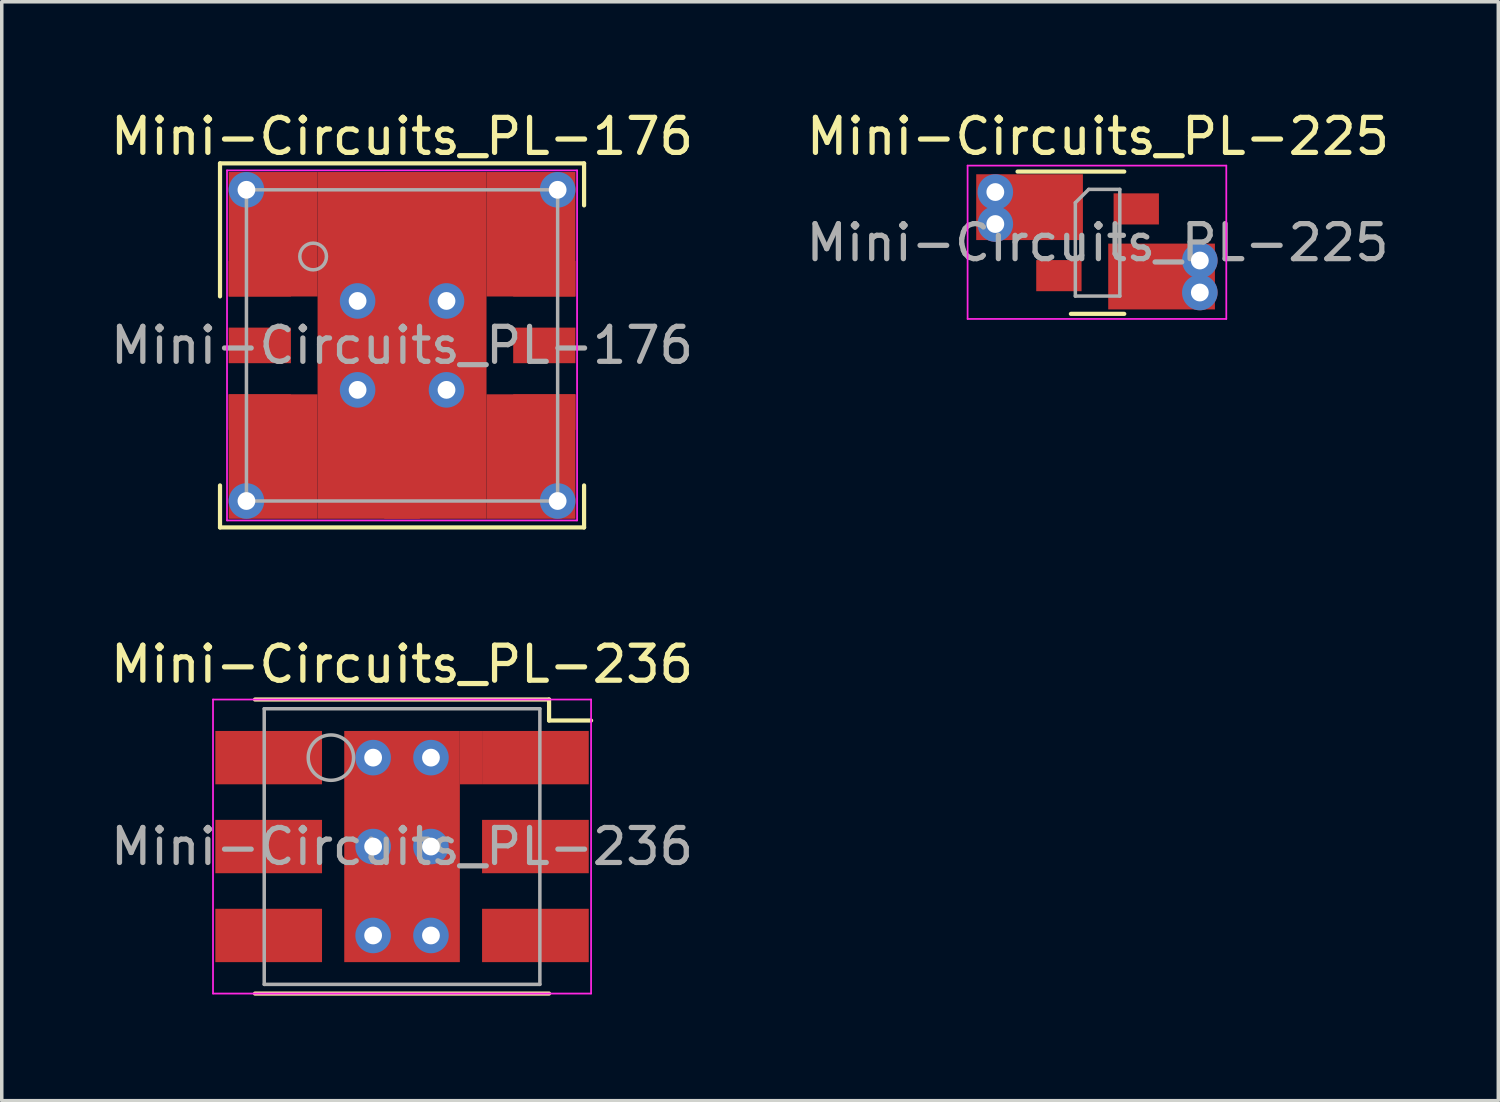
<source format=kicad_pcb>
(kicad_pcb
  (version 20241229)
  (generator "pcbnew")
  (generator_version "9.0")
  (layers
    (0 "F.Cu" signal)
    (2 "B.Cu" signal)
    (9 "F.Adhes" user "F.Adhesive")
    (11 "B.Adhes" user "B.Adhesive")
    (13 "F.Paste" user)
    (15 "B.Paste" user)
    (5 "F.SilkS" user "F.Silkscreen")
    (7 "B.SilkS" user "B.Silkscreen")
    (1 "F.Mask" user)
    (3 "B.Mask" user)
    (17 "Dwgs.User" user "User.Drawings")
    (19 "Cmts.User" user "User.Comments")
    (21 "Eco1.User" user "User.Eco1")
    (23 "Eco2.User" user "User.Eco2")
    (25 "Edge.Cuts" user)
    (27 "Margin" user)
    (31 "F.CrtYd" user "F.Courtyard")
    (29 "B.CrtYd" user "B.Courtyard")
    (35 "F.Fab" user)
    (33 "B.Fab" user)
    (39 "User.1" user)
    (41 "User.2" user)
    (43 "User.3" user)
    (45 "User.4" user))
  (footprint "Mini-Circuits_PL-176"
    (layer "F.Cu")
    (at 8.435 6.817)
    (property "Reference" "Mini-Circuits_PL-176" (at 0 -5.969 0) (layer "F.SilkS") (effects (font (size 1 1) (thickness 0.15))))
    (attr smd)
    (fp_line (start -5.2 -5.2) (end -5.2 -1.4) (stroke (width 0.12) (type solid)) (layer "F.SilkS"))
    (fp_line (start -5.2 -5.2) (end 5.2 -5.2) (stroke (width 0.12) (type solid)) (layer "F.SilkS"))
    (fp_line (start -5.2 4) (end -5.2 5.2) (stroke (width 0.12) (type solid)) (layer "F.SilkS"))
    (fp_line (start 5.2 -4) (end 5.2 -5.2) (stroke (width 0.12) (type solid)) (layer "F.SilkS"))
    (fp_line (start 5.2 5.2) (end -5.2 5.2) (stroke (width 0.12) (type solid)) (layer "F.SilkS"))
    (fp_line (start 5.2 5.2) (end 5.2 4) (stroke (width 0.12) (type solid)) (layer "F.SilkS"))
    (fp_line (start -5 -5) (end 5 -5) (stroke (width 0.05) (type solid)) (layer "F.CrtYd"))
    (fp_line (start -5 5) (end -5 -5) (stroke (width 0.05) (type solid)) (layer "F.CrtYd"))
    (fp_line (start 5 -5) (end 5 5) (stroke (width 0.05) (type solid)) (layer "F.CrtYd"))
    (fp_line (start 5 5) (end -5 5) (stroke (width 0.05) (type solid)) (layer "F.CrtYd"))
    (fp_line (start -4.445 -4.445) (end 4.445 -4.445) (stroke (width 0.1) (type solid)) (layer "F.Fab"))
    (fp_line (start -4.445 4.445) (end -4.445 -4.445) (stroke (width 0.1) (type solid)) (layer "F.Fab"))
    (fp_line (start 4.445 -4.445) (end 4.445 4.445) (stroke (width 0.1) (type solid)) (layer "F.Fab"))
    (fp_line (start 4.445 4.445) (end -4.445 4.445) (stroke (width 0.1) (type solid)) (layer "F.Fab"))
    (fp_circle (center -2.54 -2.54) (end -2.159 -2.54) (stroke (width 0.1) (type solid)) (fill no) (layer "F.Fab"))
    (fp_text user "${REFERENCE}" (at 0 0 0) (layer "F.Fab") (effects (font (size 1 1) (thickness 0.15))))
    (pad "1" smd rect (at -4.953 -1.905 180) (size 1.778 1.016) (drill (offset -0.889 0)) (layers "F.Cu" "F.Mask" "F.Paste"))
    (pad "1" thru_hole circle (at -4.445 -4.445) (size 1.016 1.016) (drill 0.508) (layers "*.Cu"))
    (pad "1" thru_hole circle (at -4.445 4.445) (size 1.016 1.016) (drill 0.508) (layers "*.Cu"))
    (pad "1" smd rect (at -3.683 -3.175) (size 2.54 3.556) (layers "F.Cu"))
    (pad "1" smd rect (at -3.683 3.175) (size 2.54 3.556) (layers "F.Cu"))
    (pad "1" thru_hole circle (at -1.27 -1.27) (size 1.016 1.016) (drill 0.508) (layers "*.Cu"))
    (pad "1" thru_hole circle (at -1.27 1.27) (size 1.016 1.016) (drill 0.508) (layers "*.Cu"))
    (pad "1" smd rect (at 0 0) (size 4.826 9.906) (layers "F.Cu"))
    (pad "1" thru_hole circle (at 1.27 -1.27) (size 1.016 1.016) (drill 0.508) (layers "*.Cu"))
    (pad "1" thru_hole circle (at 1.27 1.27) (size 1.016 1.016) (drill 0.508) (layers "*.Cu"))
    (pad "1" smd rect (at 3.683 -3.175) (size 2.54 3.556) (layers "F.Cu"))
    (pad "1" smd rect (at 3.683 3.175) (size 2.54 3.556) (layers "F.Cu"))
    (pad "1" thru_hole circle (at 4.445 -4.445) (size 1.016 1.016) (drill 0.508) (layers "*.Cu"))
    (pad "1" thru_hole circle (at 4.445 4.445) (size 1.016 1.016) (drill 0.508) (layers "*.Cu"))
    (pad "2" smd rect (at -4.953 0 180) (size 1.778 1.016) (drill (offset -0.889 0)) (layers "F.Cu" "F.Mask" "F.Paste"))
    (pad "3" smd rect (at -4.953 1.905 180) (size 1.778 1.016) (drill (offset -0.889 0)) (layers "F.Cu" "F.Mask" "F.Paste"))
    (pad "4" smd rect (at 0 4.953 270) (size 1.778 1.016) (drill (offset -0.889 0)) (layers "F.Cu" "F.Mask" "F.Paste"))
    (pad "5" smd rect (at 4.953 1.905) (size 1.778 1.016) (drill (offset -0.889 0)) (layers "F.Cu" "F.Mask" "F.Paste"))
    (pad "6" smd rect (at 4.953 0) (size 1.778 1.016) (drill (offset -0.889 0)) (layers "F.Cu" "F.Mask" "F.Paste"))
    (pad "7" smd rect (at 4.953 -1.905) (size 1.778 1.016) (drill (offset -0.889 0)) (layers "F.Cu" "F.Mask" "F.Paste"))
    (pad "8" smd rect (at 0 -4.953 270) (size 1.778 1.016) (drill (offset 0.889 0)) (layers "F.Cu" "F.Mask" "F.Paste")))
  (footprint "Mini-Circuits_PL-236"
    (layer "F.Cu")
    (at 8.435 21.133)
    (property "Reference" "Mini-Circuits_PL-236" (at 0 -5.207 0) (layer "F.SilkS") (effects (font (size 1 1) (thickness 0.15))))
    (attr smd)
    (fp_line (start 4.2 -4.2) (end -4.2 -4.2) (stroke (width 0.12) (type solid)) (layer "F.SilkS"))
    (fp_line (start 4.2 -3.6) (end 4.2 -4.2) (stroke (width 0.12) (type solid)) (layer "F.SilkS"))
    (fp_line (start 4.2 -3.6) (end 5.4 -3.6) (stroke (width 0.12) (type solid)) (layer "F.SilkS"))
    (fp_line (start 4.2 4.2) (end -4.2 4.2) (stroke (width 0.12) (type solid)) (layer "F.SilkS"))
    (fp_line (start -5.4 -4.2) (end -5.4 4.2) (stroke (width 0.05) (type solid)) (layer "F.CrtYd"))
    (fp_line (start -5.4 -4.2) (end 5.4 -4.2) (stroke (width 0.05) (type solid)) (layer "F.CrtYd"))
    (fp_line (start 5.4 -4.2) (end 5.4 4.2) (stroke (width 0.05) (type solid)) (layer "F.CrtYd"))
    (fp_line (start 5.4 4.2) (end -5.4 4.2) (stroke (width 0.05) (type solid)) (layer "F.CrtYd"))
    (fp_line (start -3.937 -3.937) (end -3.937 3.937) (stroke (width 0.1) (type solid)) (layer "F.Fab"))
    (fp_line (start -3.937 -3.937) (end 3.937 -3.937) (stroke (width 0.1) (type solid)) (layer "F.Fab"))
    (fp_line (start 3.937 3.937) (end -3.937 3.937) (stroke (width 0.1) (type solid)) (layer "F.Fab"))
    (fp_line (start 3.937 3.937) (end 3.937 -3.937) (stroke (width 0.1) (type solid)) (layer "F.Fab"))
    (fp_circle (center -2.032 -2.54) (end -1.384 -2.54) (stroke (width 0.1) (type solid)) (fill no) (layer "F.Fab"))
    (fp_text user "${REFERENCE}" (at 0 0 0) (layer "F.Fab") (effects (font (size 1 1) (thickness 0.15))))
    (pad "1" thru_hole circle (at -0.826 -2.54 270) (size 1.016 1.016) (drill 0.508) (layers "*.Cu"))
    (pad "1" thru_hole circle (at -0.826 0 270) (size 1.016 1.016) (drill 0.508) (layers "*.Cu"))
    (pad "1" thru_hole circle (at -0.826 2.54 270) (size 1.016 1.016) (drill 0.508) (layers "*.Cu"))
    (pad "1" smd rect (at 0 0) (size 3.302 6.604) (layers "F.Cu"))
    (pad "1" thru_hole circle (at 0.826 -2.54 270) (size 1.016 1.016) (drill 0.508) (layers "*.Cu"))
    (pad "1" thru_hole circle (at 0.826 0 270) (size 1.016 1.016) (drill 0.508) (layers "*.Cu"))
    (pad "1" thru_hole circle (at 0.826 2.54 270) (size 1.016 1.016) (drill 0.508) (layers "*.Cu"))
    (pad "1" smd rect (at 1.968 -2.54) (size 0.635 1.524) (layers "F.Cu"))
    (pad "1" smd rect (at 3.81 -2.54 270) (size 1.524 3.048) (layers "F.Cu" "F.Mask" "F.Paste"))
    (pad "2" smd rect (at 3.81 0 270) (size 1.524 3.048) (layers "F.Cu" "F.Mask" "F.Paste"))
    (pad "3" smd rect (at 3.81 2.54 270) (size 1.524 3.048) (layers "F.Cu" "F.Mask" "F.Paste"))
    (pad "4" smd rect (at -3.81 2.54 270) (size 1.524 3.048) (layers "F.Cu" "F.Mask" "F.Paste"))
    (pad "5" smd rect (at -3.81 0 270) (size 1.524 3.048) (layers "F.Cu" "F.Mask" "F.Paste"))
    (pad "6" smd rect (at -3.81 -2.54 270) (size 1.524 3.048) (layers "F.Cu" "F.Mask" "F.Paste")))
  (footprint "Mini-Circuits_PL-225"
    (layer "F.Cu")
    (at 28.291 3.871)
    (property "Reference" "Mini-Circuits_PL-225" (at 0.025 -3.023 0) (layer "F.SilkS") (effects (font (size 1 1) (thickness 0.15))))
    (attr smd)
    (fp_line (start 0.775 -2.019) (end -2.273 -2.019) (stroke (width 0.12) (type solid)) (layer "F.SilkS"))
    (fp_line (start 0.775 2.045) (end -0.749 2.045) (stroke (width 0.12) (type solid)) (layer "F.SilkS"))
    (fp_line (start -3.7 -2.19) (end -3.7 2.19) (stroke (width 0.05) (type solid)) (layer "F.CrtYd"))
    (fp_line (start -3.7 -2.19) (end 3.69 -2.19) (stroke (width 0.05) (type solid)) (layer "F.CrtYd"))
    (fp_line (start 3.69 2.19) (end -3.7 2.19) (stroke (width 0.05) (type solid)) (layer "F.CrtYd"))
    (fp_line (start 3.69 2.19) (end 3.69 -2.19) (stroke (width 0.05) (type solid)) (layer "F.CrtYd"))
    (fp_line (start -0.622 -1.13) (end -0.241 -1.511) (stroke (width 0.1) (type solid)) (layer "F.Fab"))
    (fp_line (start -0.622 1.537) (end -0.622 -1.13) (stroke (width 0.1) (type solid)) (layer "F.Fab"))
    (fp_line (start -0.241 -1.511) (end 0.648 -1.511) (stroke (width 0.1) (type solid)) (layer "F.Fab"))
    (fp_line (start 0.648 -1.511) (end 0.648 1.537) (stroke (width 0.1) (type solid)) (layer "F.Fab"))
    (fp_line (start 0.648 1.537) (end -0.622 1.537) (stroke (width 0.1) (type solid)) (layer "F.Fab"))
    (fp_text user "${REFERENCE}" (at 0.013 0.013 0) (layer "F.Fab") (effects (font (size 1 1) (thickness 0.15))))
    (pad "1" thru_hole circle (at -2.908 -1.435) (size 1.016 1.016) (drill 0.508) (layers "*.Cu"))
    (pad "1" thru_hole circle (at -2.908 -0.521) (size 1.016 1.016) (drill 0.508) (layers "*.Cu"))
    (pad "1" smd rect (at -1.93 -1.003 90) (size 1.88 3.048) (layers "F.Cu"))
    (pad "1" smd rect (at -1.092 -0.953 90) (size 0.889 1.295) (layers "F.Cu" "F.Mask" "F.Paste"))
    (pad "2" smd rect (at 1.118 -0.953 90) (size 0.889 1.295) (layers "F.Cu" "F.Mask" "F.Paste"))
    (pad "3" smd rect (at 1.118 0.749 90) (size 1.194 1.295) (layers "F.Cu" "F.Mask" "F.Paste"))
    (pad "3" smd rect (at 1.841 0.978 90) (size 1.88 3.048) (layers "F.Cu"))
    (pad "3" thru_hole circle (at 2.934 0.521) (size 1.016 1.016) (drill 0.508) (layers "*.Cu"))
    (pad "3" thru_hole circle (at 2.934 1.435) (size 1.016 1.016) (drill 0.508) (layers "*.Cu"))
    (pad "4" smd rect (at -1.092 0.953 90) (size 0.889 1.295) (layers "F.Cu" "F.Mask" "F.Paste")))
  (gr_rect
    (start -3 -3)
    (end 39.751 28.392)
    (stroke (width 0.1) (type default))
    (fill no)
    (layer "Edge.Cuts")))
</source>
